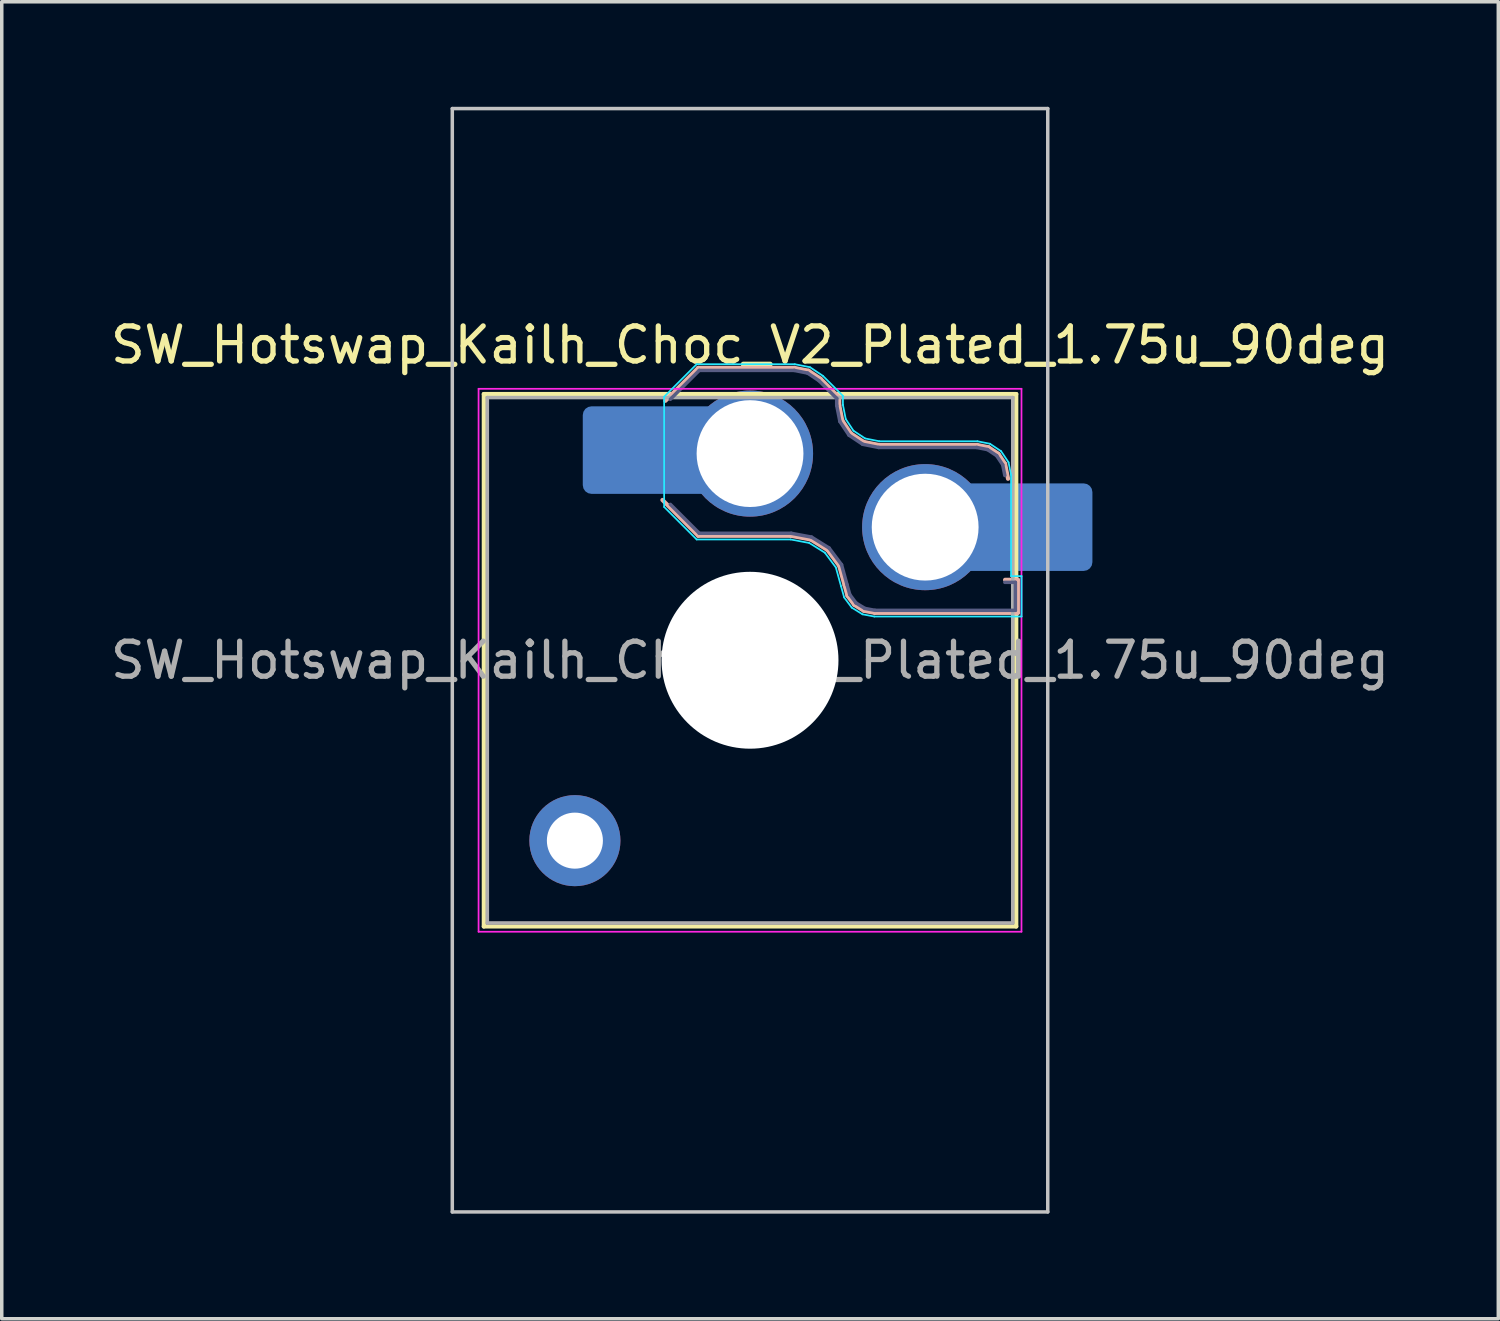
<source format=kicad_pcb>
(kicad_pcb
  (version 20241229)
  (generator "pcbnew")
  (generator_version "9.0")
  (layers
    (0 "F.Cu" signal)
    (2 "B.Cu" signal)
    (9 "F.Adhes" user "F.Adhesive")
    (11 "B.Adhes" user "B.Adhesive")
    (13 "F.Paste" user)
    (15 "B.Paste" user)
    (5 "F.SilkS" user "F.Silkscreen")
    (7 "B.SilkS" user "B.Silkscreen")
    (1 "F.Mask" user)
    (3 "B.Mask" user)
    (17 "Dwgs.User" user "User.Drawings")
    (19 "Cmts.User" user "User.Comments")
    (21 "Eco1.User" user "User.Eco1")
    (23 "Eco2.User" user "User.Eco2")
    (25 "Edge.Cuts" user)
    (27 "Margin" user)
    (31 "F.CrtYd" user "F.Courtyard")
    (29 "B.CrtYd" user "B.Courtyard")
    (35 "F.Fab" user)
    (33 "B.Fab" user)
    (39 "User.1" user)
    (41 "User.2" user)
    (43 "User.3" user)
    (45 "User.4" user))
  (footprint "SW_Hotswap_Kailh_Choc_V2_Plated_1.75u_90deg"
    (layer "F.Cu")
    (at 18.363 15.8)
    (property "Reference" "SW_Hotswap_Kailh_Choc_V2_Plated_1.75u_90deg" (at 0 -9 0) (layer "F.SilkS") (effects (font (size 1 1) (thickness 0.15))))
    (attr smd)
    (fp_line (start -7.6 -7.6) (end -7.6 7.6) (stroke (width 0.12) (type solid)) (layer "F.SilkS"))
    (fp_line (start -7.6 7.6) (end 7.6 7.6) (stroke (width 0.12) (type solid)) (layer "F.SilkS"))
    (fp_line (start 7.6 -7.6) (end -7.6 -7.6) (stroke (width 0.12) (type solid)) (layer "F.SilkS"))
    (fp_line (start 7.6 7.6) (end 7.6 -7.6) (stroke (width 0.12) (type solid)) (layer "F.SilkS"))
    (fp_line (start -2.416 -7.409) (end -1.479 -8.346) (stroke (width 0.12) (type solid)) (layer "B.SilkS"))
    (fp_line (start -1.479 -8.346) (end 1.268 -8.346) (stroke (width 0.12) (type solid)) (layer "B.SilkS"))
    (fp_line (start -1.479 -3.554) (end -2.5 -4.575) (stroke (width 0.12) (type solid)) (layer "B.SilkS"))
    (fp_line (start 1.168 -3.554) (end -1.479 -3.554) (stroke (width 0.12) (type solid)) (layer "B.SilkS"))
    (fp_line (start 1.268 -8.346) (end 1.671 -8.266) (stroke (width 0.12) (type solid)) (layer "B.SilkS"))
    (fp_line (start 1.671 -8.266) (end 2.013 -8.037) (stroke (width 0.12) (type solid)) (layer "B.SilkS"))
    (fp_line (start 1.73 -3.449) (end 1.168 -3.554) (stroke (width 0.12) (type solid)) (layer "B.SilkS"))
    (fp_line (start 2.013 -8.037) (end 2.546 -7.504) (stroke (width 0.12) (type solid)) (layer "B.SilkS"))
    (fp_line (start 2.209 -3.15) (end 1.73 -3.449) (stroke (width 0.12) (type solid)) (layer "B.SilkS"))
    (fp_line (start 2.546 -7.504) (end 2.546 -7.282) (stroke (width 0.12) (type solid)) (layer "B.SilkS"))
    (fp_line (start 2.546 -7.282) (end 2.633 -6.844) (stroke (width 0.12) (type solid)) (layer "B.SilkS"))
    (fp_line (start 2.547 -2.697) (end 2.209 -3.15) (stroke (width 0.12) (type solid)) (layer "B.SilkS"))
    (fp_line (start 2.633 -6.844) (end 2.877 -6.477) (stroke (width 0.12) (type solid)) (layer "B.SilkS"))
    (fp_line (start 2.701 -2.139) (end 2.547 -2.697) (stroke (width 0.12) (type solid)) (layer "B.SilkS"))
    (fp_line (start 2.783 -1.841) (end 2.701 -2.139) (stroke (width 0.12) (type solid)) (layer "B.SilkS"))
    (fp_line (start 2.877 -6.477) (end 3.244 -6.233) (stroke (width 0.12) (type solid)) (layer "B.SilkS"))
    (fp_line (start 2.976 -1.583) (end 2.783 -1.841) (stroke (width 0.12) (type solid)) (layer "B.SilkS"))
    (fp_line (start 3.244 -6.233) (end 3.682 -6.146) (stroke (width 0.12) (type solid)) (layer "B.SilkS"))
    (fp_line (start 3.25 -1.413) (end 2.976 -1.583) (stroke (width 0.12) (type solid)) (layer "B.SilkS"))
    (fp_line (start 3.56 -1.354) (end 3.25 -1.413) (stroke (width 0.12) (type solid)) (layer "B.SilkS"))
    (fp_line (start 3.682 -6.146) (end 6.482 -6.146) (stroke (width 0.12) (type solid)) (layer "B.SilkS"))
    (fp_line (start 6.482 -6.146) (end 6.809 -6.081) (stroke (width 0.12) (type solid)) (layer "B.SilkS"))
    (fp_line (start 6.809 -6.081) (end 7.092 -5.892) (stroke (width 0.12) (type solid)) (layer "B.SilkS"))
    (fp_line (start 7.092 -5.892) (end 7.281 -5.609) (stroke (width 0.12) (type solid)) (layer "B.SilkS"))
    (fp_line (start 7.281 -5.609) (end 7.366 -5.182) (stroke (width 0.12) (type solid)) (layer "B.SilkS"))
    (fp_line (start 7.283 -2.296) (end 7.646 -2.296) (stroke (width 0.12) (type solid)) (layer "B.SilkS"))
    (fp_line (start 7.646 -2.296) (end 7.646 -1.354) (stroke (width 0.12) (type solid)) (layer "B.SilkS"))
    (fp_line (start 7.646 -1.354) (end 3.56 -1.354) (stroke (width 0.12) (type solid)) (layer "B.SilkS"))
    (fp_line (start -8.5 -15.75) (end 8.5 -15.75) (stroke (width 0.1) (type solid)) (layer "Dwgs.User"))
    (fp_line (start -8.5 15.75) (end -8.5 -15.75) (stroke (width 0.1) (type solid)) (layer "Dwgs.User"))
    (fp_line (start 8.5 -15.75) (end 8.5 15.75) (stroke (width 0.1) (type solid)) (layer "Dwgs.User"))
    (fp_line (start 8.5 15.75) (end -8.5 15.75) (stroke (width 0.1) (type solid)) (layer "Dwgs.User"))
    (fp_line (start -7.25 -7.25) (end -7.25 7.25) (stroke (width 0.1) (type solid)) (layer "Eco1.User"))
    (fp_line (start -7.25 7.25) (end 7.25 7.25) (stroke (width 0.1) (type solid)) (layer "Eco1.User"))
    (fp_line (start 7.25 -7.25) (end -7.25 -7.25) (stroke (width 0.1) (type solid)) (layer "Eco1.User"))
    (fp_line (start 7.25 7.25) (end 7.25 -7.25) (stroke (width 0.1) (type solid)) (layer "Eco1.User"))
    (fp_line (start -2.452 -7.523) (end -1.523 -8.452) (stroke (width 0.05) (type solid)) (layer "B.CrtYd"))
    (fp_line (start -2.452 -4.377) (end -2.452 -7.523) (stroke (width 0.05) (type solid)) (layer "B.CrtYd"))
    (fp_line (start -1.523 -8.452) (end 1.278 -8.452) (stroke (width 0.05) (type solid)) (layer "B.CrtYd"))
    (fp_line (start -1.523 -3.448) (end -2.452 -4.377) (stroke (width 0.05) (type solid)) (layer "B.CrtYd"))
    (fp_line (start 1.159 -3.448) (end -1.523 -3.448) (stroke (width 0.05) (type solid)) (layer "B.CrtYd"))
    (fp_line (start 1.278 -8.452) (end 1.712 -8.366) (stroke (width 0.05) (type solid)) (layer "B.CrtYd"))
    (fp_line (start 1.691 -3.348) (end 1.159 -3.448) (stroke (width 0.05) (type solid)) (layer "B.CrtYd"))
    (fp_line (start 1.712 -8.366) (end 2.081 -8.119) (stroke (width 0.05) (type solid)) (layer "B.CrtYd"))
    (fp_line (start 2.081 -8.119) (end 2.652 -7.548) (stroke (width 0.05) (type solid)) (layer "B.CrtYd"))
    (fp_line (start 2.136 -3.071) (end 1.691 -3.348) (stroke (width 0.05) (type solid)) (layer "B.CrtYd"))
    (fp_line (start 2.45 -2.65) (end 2.136 -3.071) (stroke (width 0.05) (type solid)) (layer "B.CrtYd"))
    (fp_line (start 2.599 -2.111) (end 2.45 -2.65) (stroke (width 0.05) (type solid)) (layer "B.CrtYd"))
    (fp_line (start 2.652 -7.548) (end 2.652 -7.292) (stroke (width 0.05) (type solid)) (layer "B.CrtYd"))
    (fp_line (start 2.652 -7.292) (end 2.733 -6.885) (stroke (width 0.05) (type solid)) (layer "B.CrtYd"))
    (fp_line (start 2.687 -1.794) (end 2.599 -2.111) (stroke (width 0.05) (type solid)) (layer "B.CrtYd"))
    (fp_line (start 2.733 -6.885) (end 2.953 -6.553) (stroke (width 0.05) (type solid)) (layer "B.CrtYd"))
    (fp_line (start 2.903 -1.503) (end 2.687 -1.794) (stroke (width 0.05) (type solid)) (layer "B.CrtYd"))
    (fp_line (start 2.953 -6.553) (end 3.285 -6.333) (stroke (width 0.05) (type solid)) (layer "B.CrtYd"))
    (fp_line (start 3.211 -1.312) (end 2.903 -1.503) (stroke (width 0.05) (type solid)) (layer "B.CrtYd"))
    (fp_line (start 3.285 -6.333) (end 3.692 -6.252) (stroke (width 0.05) (type solid)) (layer "B.CrtYd"))
    (fp_line (start 3.55 -1.248) (end 3.211 -1.312) (stroke (width 0.05) (type solid)) (layer "B.CrtYd"))
    (fp_line (start 3.692 -6.252) (end 6.492 -6.252) (stroke (width 0.05) (type solid)) (layer "B.CrtYd"))
    (fp_line (start 6.492 -6.252) (end 6.85 -6.181) (stroke (width 0.05) (type solid)) (layer "B.CrtYd"))
    (fp_line (start 6.85 -6.181) (end 7.168 -5.968) (stroke (width 0.05) (type solid)) (layer "B.CrtYd"))
    (fp_line (start 7.168 -5.968) (end 7.381 -5.65) (stroke (width 0.05) (type solid)) (layer "B.CrtYd"))
    (fp_line (start 7.381 -5.65) (end 7.452 -5.292) (stroke (width 0.05) (type solid)) (layer "B.CrtYd"))
    (fp_line (start 7.452 -5.292) (end 7.452 -2.402) (stroke (width 0.05) (type solid)) (layer "B.CrtYd"))
    (fp_line (start 7.452 -2.402) (end 7.752 -2.402) (stroke (width 0.05) (type solid)) (layer "B.CrtYd"))
    (fp_line (start 7.752 -2.402) (end 7.752 -1.248) (stroke (width 0.05) (type solid)) (layer "B.CrtYd"))
    (fp_line (start 7.752 -1.248) (end 3.55 -1.248) (stroke (width 0.05) (type solid)) (layer "B.CrtYd"))
    (fp_line (start -7.75 -7.75) (end -7.75 7.75) (stroke (width 0.05) (type solid)) (layer "F.CrtYd"))
    (fp_line (start -7.75 7.75) (end 7.75 7.75) (stroke (width 0.05) (type solid)) (layer "F.CrtYd"))
    (fp_line (start 7.75 -7.75) (end -7.75 -7.75) (stroke (width 0.05) (type solid)) (layer "F.CrtYd"))
    (fp_line (start 7.75 7.75) (end 7.75 -7.75) (stroke (width 0.05) (type solid)) (layer "F.CrtYd"))
    (fp_line (start -2.275 -7.45) (end -1.45 -8.275) (stroke (width 0.1) (type solid)) (layer "B.Fab"))
    (fp_line (start -1.45 -8.275) (end 1.261 -8.275) (stroke (width 0.1) (type solid)) (layer "B.Fab"))
    (fp_line (start -1.45 -3.625) (end -2.275 -4.45) (stroke (width 0.1) (type solid)) (layer "B.Fab"))
    (fp_line (start 1.175 -3.625) (end -1.45 -3.625) (stroke (width 0.1) (type solid)) (layer "B.Fab"))
    (fp_line (start 1.261 -8.275) (end 1.643 -8.199) (stroke (width 0.1) (type solid)) (layer "B.Fab"))
    (fp_line (start 1.643 -8.199) (end 1.968 -7.982) (stroke (width 0.1) (type solid)) (layer "B.Fab"))
    (fp_line (start 1.756 -3.516) (end 1.175 -3.625) (stroke (width 0.1) (type solid)) (layer "B.Fab"))
    (fp_line (start 1.968 -7.982) (end 2.475 -7.475) (stroke (width 0.1) (type solid)) (layer "B.Fab"))
    (fp_line (start 2.258 -3.203) (end 1.756 -3.516) (stroke (width 0.1) (type solid)) (layer "B.Fab"))
    (fp_line (start 2.475 -7.475) (end 2.475 -7.275) (stroke (width 0.1) (type solid)) (layer "B.Fab"))
    (fp_line (start 2.475 -7.275) (end 2.566 -6.816) (stroke (width 0.1) (type solid)) (layer "B.Fab"))
    (fp_line (start 2.566 -6.816) (end 2.826 -6.426) (stroke (width 0.1) (type solid)) (layer "B.Fab"))
    (fp_line (start 2.612 -2.729) (end 2.258 -3.203) (stroke (width 0.1) (type solid)) (layer "B.Fab"))
    (fp_line (start 2.769 -2.158) (end 2.612 -2.729) (stroke (width 0.1) (type solid)) (layer "B.Fab"))
    (fp_line (start 2.826 -6.426) (end 3.216 -6.166) (stroke (width 0.1) (type solid)) (layer "B.Fab"))
    (fp_line (start 2.848 -1.873) (end 2.769 -2.158) (stroke (width 0.1) (type solid)) (layer "B.Fab"))
    (fp_line (start 3.025 -1.636) (end 2.848 -1.873) (stroke (width 0.1) (type solid)) (layer "B.Fab"))
    (fp_line (start 3.216 -6.166) (end 3.675 -6.075) (stroke (width 0.1) (type solid)) (layer "B.Fab"))
    (fp_line (start 3.276 -1.48) (end 3.025 -1.636) (stroke (width 0.1) (type solid)) (layer "B.Fab"))
    (fp_line (start 3.567 -1.425) (end 3.276 -1.48) (stroke (width 0.1) (type solid)) (layer "B.Fab"))
    (fp_line (start 3.675 -6.075) (end 6.475 -6.075) (stroke (width 0.1) (type solid)) (layer "B.Fab"))
    (fp_line (start 6.475 -6.075) (end 6.781 -6.014) (stroke (width 0.1) (type solid)) (layer "B.Fab"))
    (fp_line (start 6.781 -6.014) (end 7.041 -5.841) (stroke (width 0.1) (type solid)) (layer "B.Fab"))
    (fp_line (start 7.041 -5.841) (end 7.214 -5.581) (stroke (width 0.1) (type solid)) (layer "B.Fab"))
    (fp_line (start 7.214 -5.581) (end 7.275 -5.275) (stroke (width 0.1) (type solid)) (layer "B.Fab"))
    (fp_line (start 7.275 -2.225) (end 7.575 -2.225) (stroke (width 0.1) (type solid)) (layer "B.Fab"))
    (fp_line (start 7.575 -2.225) (end 7.575 -1.425) (stroke (width 0.1) (type solid)) (layer "B.Fab"))
    (fp_line (start 7.575 -1.425) (end 3.567 -1.425) (stroke (width 0.1) (type solid)) (layer "B.Fab"))
    (fp_line (start -7.5 -7.5) (end -7.5 7.5) (stroke (width 0.1) (type solid)) (layer "F.Fab"))
    (fp_line (start -7.5 7.5) (end 7.5 7.5) (stroke (width 0.1) (type solid)) (layer "F.Fab"))
    (fp_line (start 7.5 -7.5) (end -7.5 -7.5) (stroke (width 0.1) (type solid)) (layer "F.Fab"))
    (fp_line (start 7.5 7.5) (end 7.5 -7.5) (stroke (width 0.1) (type solid)) (layer "F.Fab"))
    (fp_text user "${REFERENCE}" (at 0 0 0) (layer "F.Fab") (effects (font (size 1 1) (thickness 0.15))))
    (pad "" thru_hole circle (at -5 5.15) (size 2.6 2.6) (drill 1.6) (layers "*.Cu" "*.Mask"))
    (pad "" smd roundrect (at -3.5 -6) (size 2.55 2.5) (layers "B.Mask" "B.Paste") (roundrect_rratio 0.1))
    (pad "" np_thru_hole circle (at 0 0) (size 5.05 5.05) (drill 5.05) (layers "*.Cu" "*.Mask"))
    (pad "" smd roundrect (at 8.5 -3.8) (size 2.55 2.5) (layers "B.Mask" "B.Paste") (roundrect_rratio 0.1))
    (pad "1" smd roundrect (at -2.85 -6) (size 3.85 2.5) (layers "B.Cu") (roundrect_rratio 0.1))
    (pad "1" thru_hole circle (at 0 -5.9) (size 3.6 3.6) (drill 3.05) (layers "*.Cu" "*.Mask"))
    (pad "2" thru_hole circle (at 5 -3.8) (size 3.6 3.6) (drill 3.05) (layers "*.Cu" "*.Mask"))
    (pad "2" smd roundrect (at 7.85 -3.8) (size 3.85 2.5) (layers "B.Cu") (roundrect_rratio 0.1)))
  (gr_rect
    (start -3 -3)
    (end 39.726 34.6)
    (stroke (width 0.1) (type default))
    (fill no)
    (layer "Edge.Cuts")))
</source>
